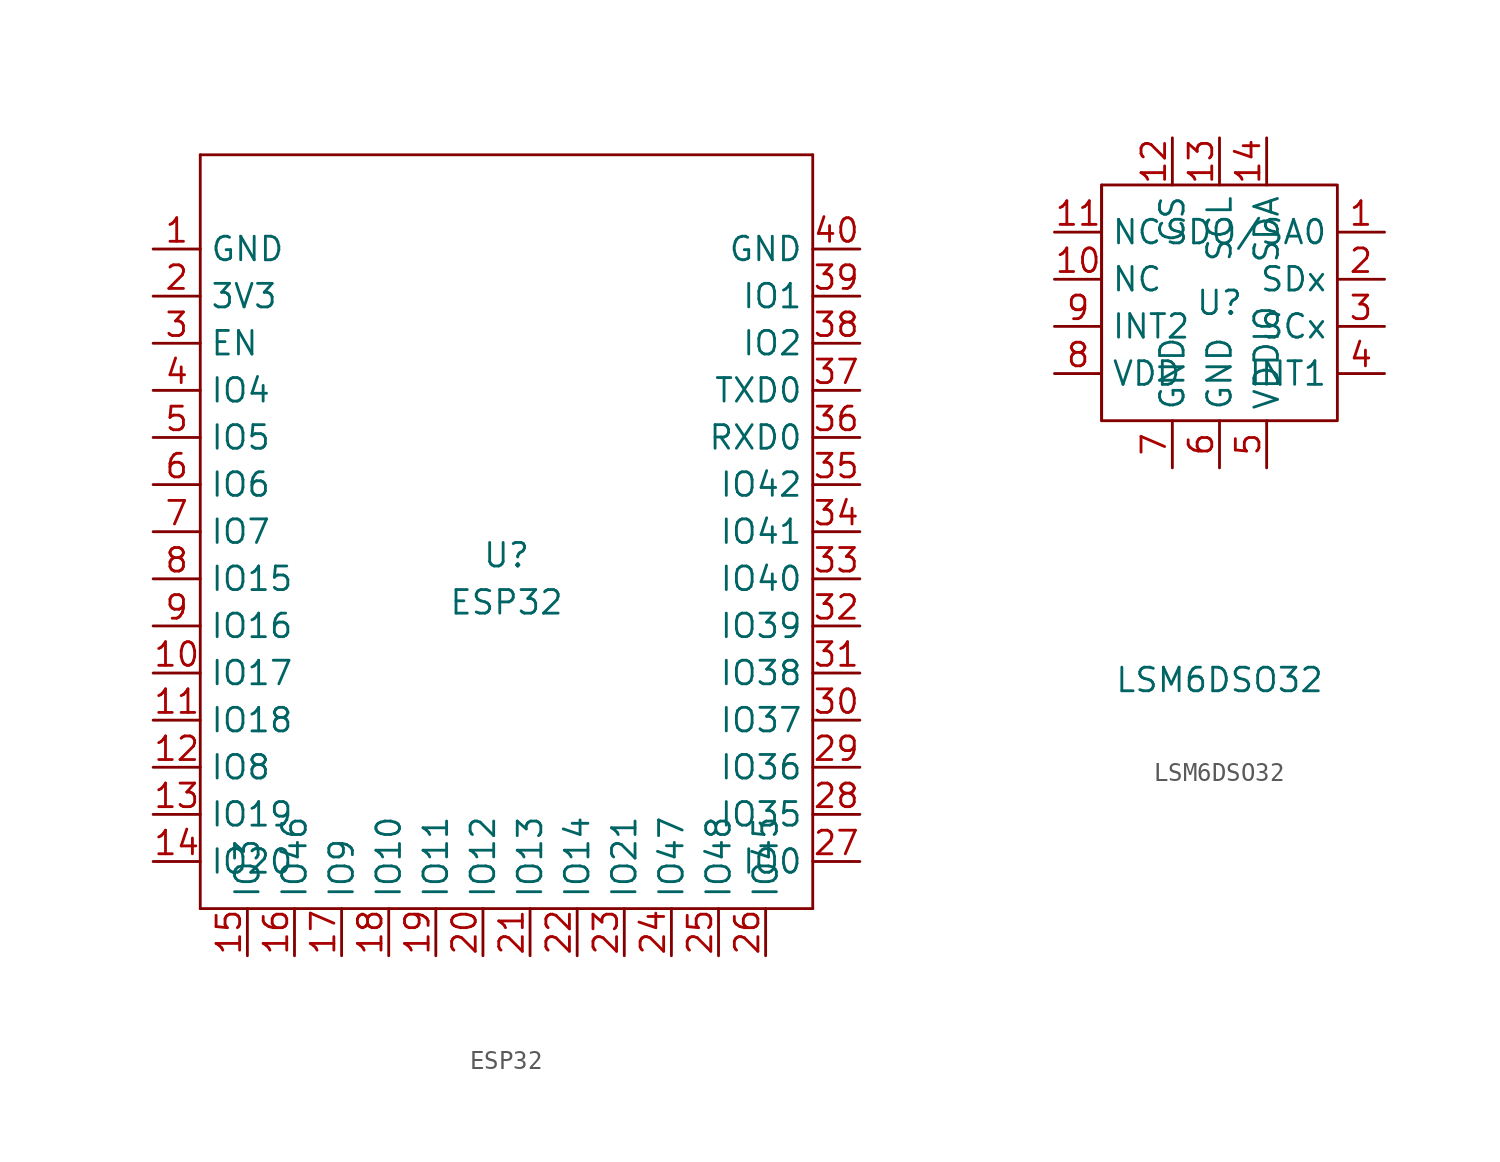
<source format=kicad_sym>
(kicad_symbol_lib
  (version 20211014)
  (generator kicad_symbol_editor)
  (symbol "ESP32"
    (property "Reference" "U"
      (at 0 0 0)
      (effects (font (size 1.27 1.27))))
    (property "Value" "ESP32"
      (at 0 -2.54 0)
      (effects (font (size 1.27 1.27))))
    (symbol "ESP32_0_1"
      (rectangle (start -16.51 -19.05) (end -16.51 21.59) (stroke (width 0) (type default) (color 0 0 0 0)) (fill (type none)))
      (rectangle (start -16.51 -19.05) (end 16.51 -19.05) (stroke (width 0) (type default) (color 0 0 0 0)) (fill (type none)))
      (rectangle (start -16.51 21.59) (end 16.51 21.59) (stroke (width 0) (type default) (color 0 0 0 0)) (fill (type none)))
      (rectangle (start 16.51 21.59) (end 16.51 -19.05) (stroke (width 0) (type default) (color 0 0 0 0)) (fill (type none))))
    (symbol "ESP32_1_1"
      (pin power_in line (at -19.05 16.51 0) (length 2.54) (name "GND" (effects (font (size 1.27 1.27)))) (number "1" (effects (font (size 1.27 1.27)))))
      (pin bidirectional line (at -19.05 -6.35 0) (length 2.54) (name "IO17" (effects (font (size 1.27 1.27)))) (number "10" (effects (font (size 1.27 1.27)))))
      (pin bidirectional line (at -19.05 -8.89 0) (length 2.54) (name "IO18" (effects (font (size 1.27 1.27)))) (number "11" (effects (font (size 1.27 1.27)))))
      (pin bidirectional line (at -19.05 -11.43 0) (length 2.54) (name "IO8" (effects (font (size 1.27 1.27)))) (number "12" (effects (font (size 1.27 1.27)))))
      (pin bidirectional line (at -19.05 -13.97 0) (length 2.54) (name "IO19" (effects (font (size 1.27 1.27)))) (number "13" (effects (font (size 1.27 1.27)))))
      (pin bidirectional line (at -19.05 -16.51 0) (length 2.54) (name "IO20" (effects (font (size 1.27 1.27)))) (number "14" (effects (font (size 1.27 1.27)))))
      (pin bidirectional line (at -13.97 -21.59 90) (length 2.54) (name "IO3" (effects (font (size 1.27 1.27)))) (number "15" (effects (font (size 1.27 1.27)))))
      (pin bidirectional line (at -11.43 -21.59 90) (length 2.54) (name "IO46" (effects (font (size 1.27 1.27)))) (number "16" (effects (font (size 1.27 1.27)))))
      (pin bidirectional line (at -8.89 -21.59 90) (length 2.54) (name "IO9" (effects (font (size 1.27 1.27)))) (number "17" (effects (font (size 1.27 1.27)))))
      (pin bidirectional line (at -6.35 -21.59 90) (length 2.54) (name "IO10" (effects (font (size 1.27 1.27)))) (number "18" (effects (font (size 1.27 1.27)))))
      (pin bidirectional line (at -3.81 -21.59 90) (length 2.54) (name "IO11" (effects (font (size 1.27 1.27)))) (number "19" (effects (font (size 1.27 1.27)))))
      (pin power_in line (at -19.05 13.97 0) (length 2.54) (name "3V3" (effects (font (size 1.27 1.27)))) (number "2" (effects (font (size 1.27 1.27)))))
      (pin bidirectional line (at -1.27 -21.59 90) (length 2.54) (name "IO12" (effects (font (size 1.27 1.27)))) (number "20" (effects (font (size 1.27 1.27)))))
      (pin bidirectional line (at 1.27 -21.59 90) (length 2.54) (name "IO13" (effects (font (size 1.27 1.27)))) (number "21" (effects (font (size 1.27 1.27)))))
      (pin bidirectional line (at 3.81 -21.59 90) (length 2.54) (name "IO14" (effects (font (size 1.27 1.27)))) (number "22" (effects (font (size 1.27 1.27)))))
      (pin bidirectional line (at 6.35 -21.59 90) (length 2.54) (name "IO21" (effects (font (size 1.27 1.27)))) (number "23" (effects (font (size 1.27 1.27)))))
      (pin bidirectional line (at 8.89 -21.59 90) (length 2.54) (name "IO47" (effects (font (size 1.27 1.27)))) (number "24" (effects (font (size 1.27 1.27)))))
      (pin bidirectional line (at 11.43 -21.59 90) (length 2.54) (name "IO48" (effects (font (size 1.27 1.27)))) (number "25" (effects (font (size 1.27 1.27)))))
      (pin bidirectional line (at 13.97 -21.59 90) (length 2.54) (name "IO45" (effects (font (size 1.27 1.27)))) (number "26" (effects (font (size 1.27 1.27)))))
      (pin bidirectional line (at 19.05 -16.51 180) (length 2.54) (name "IO0" (effects (font (size 1.27 1.27)))) (number "27" (effects (font (size 1.27 1.27)))))
      (pin bidirectional line (at 19.05 -13.97 180) (length 2.54) (name "IO35" (effects (font (size 1.27 1.27)))) (number "28" (effects (font (size 1.27 1.27)))))
      (pin bidirectional line (at 19.05 -11.43 180) (length 2.54) (name "IO36" (effects (font (size 1.27 1.27)))) (number "29" (effects (font (size 1.27 1.27)))))
      (pin input line (at -19.05 11.43 0) (length 2.54) (name "EN" (effects (font (size 1.27 1.27)))) (number "3" (effects (font (size 1.27 1.27)))))
      (pin bidirectional line (at 19.05 -8.89 180) (length 2.54) (name "IO37" (effects (font (size 1.27 1.27)))) (number "30" (effects (font (size 1.27 1.27)))))
      (pin bidirectional line (at 19.05 -6.35 180) (length 2.54) (name "IO38" (effects (font (size 1.27 1.27)))) (number "31" (effects (font (size 1.27 1.27)))))
      (pin bidirectional line (at 19.05 -3.81 180) (length 2.54) (name "IO39" (effects (font (size 1.27 1.27)))) (number "32" (effects (font (size 1.27 1.27)))))
      (pin bidirectional line (at 19.05 -1.27 180) (length 2.54) (name "IO40" (effects (font (size 1.27 1.27)))) (number "33" (effects (font (size 1.27 1.27)))))
      (pin bidirectional line (at 19.05 1.27 180) (length 2.54) (name "IO41" (effects (font (size 1.27 1.27)))) (number "34" (effects (font (size 1.27 1.27)))))
      (pin bidirectional line (at 19.05 3.81 180) (length 2.54) (name "IO42" (effects (font (size 1.27 1.27)))) (number "35" (effects (font (size 1.27 1.27)))))
      (pin input line (at 19.05 6.35 180) (length 2.54) (name "RXD0" (effects (font (size 1.27 1.27)))) (number "36" (effects (font (size 1.27 1.27)))))
      (pin output line (at 19.05 8.89 180) (length 2.54) (name "TXD0" (effects (font (size 1.27 1.27)))) (number "37" (effects (font (size 1.27 1.27)))))
      (pin bidirectional line (at 19.05 11.43 180) (length 2.54) (name "IO2" (effects (font (size 1.27 1.27)))) (number "38" (effects (font (size 1.27 1.27)))))
      (pin bidirectional line (at 19.05 13.97 180) (length 2.54) (name "IO1" (effects (font (size 1.27 1.27)))) (number "39" (effects (font (size 1.27 1.27)))))
      (pin bidirectional line (at -19.05 8.89 0) (length 2.54) (name "IO4" (effects (font (size 1.27 1.27)))) (number "4" (effects (font (size 1.27 1.27)))))
      (pin power_in line (at 19.05 16.51 180) (length 2.54) (name "GND" (effects (font (size 1.27 1.27)))) (number "40" (effects (font (size 1.27 1.27)))))
      (pin bidirectional line (at -19.05 6.35 0) (length 2.54) (name "IO5" (effects (font (size 1.27 1.27)))) (number "5" (effects (font (size 1.27 1.27)))))
      (pin bidirectional line (at -19.05 3.81 0) (length 2.54) (name "IO6" (effects (font (size 1.27 1.27)))) (number "6" (effects (font (size 1.27 1.27)))))
      (pin bidirectional line (at -19.05 1.27 0) (length 2.54) (name "IO7" (effects (font (size 1.27 1.27)))) (number "7" (effects (font (size 1.27 1.27)))))
      (pin bidirectional line (at -19.05 -1.27 0) (length 2.54) (name "IO15" (effects (font (size 1.27 1.27)))) (number "8" (effects (font (size 1.27 1.27)))))
      (pin bidirectional line (at -19.05 -3.81 0) (length 2.54) (name "IO16" (effects (font (size 1.27 1.27)))) (number "9" (effects (font (size 1.27 1.27)))))))
  (symbol "LSM6DSO32"
    (property "Reference" "U"
      (at 0 0 0)
      (effects (font (size 1.27 1.27))))
    (property "Value" "LSM6DSO32"
      (at 0 -20.32 0)
      (effects (font (size 1.27 1.27))))
    (symbol "LSM6DSO32_0_1"
      (rectangle (start -6.35 -6.35) (end 6.35 6.35) (stroke (width 0) (type default) (color 0 0 0 0)) (fill (type none)))
      (rectangle (start -6.35 6.35) (end -6.35 -6.35) (stroke (width 0) (type default) (color 0 0 0 0)) (fill (type none))))
    (symbol "LSM6DSO32_1_1"
      (pin input line (at 8.89 3.81 180) (length 2.54) (name "SDO/SA0" (effects (font (size 1.27 1.27)))) (number "1" (effects (font (size 1.27 1.27)))))
      (pin input line (at -8.89 1.27 0) (length 2.54) (name "NC" (effects (font (size 1.27 1.27)))) (number "10" (effects (font (size 1.27 1.27)))))
      (pin input line (at -8.89 3.81 0) (length 2.54) (name "NC" (effects (font (size 1.27 1.27)))) (number "11" (effects (font (size 1.27 1.27)))))
      (pin input line (at -2.54 8.89 270) (length 2.54) (name "CS" (effects (font (size 1.27 1.27)))) (number "12" (effects (font (size 1.27 1.27)))))
      (pin input line (at 0 8.89 270) (length 2.54) (name "SCL" (effects (font (size 1.27 1.27)))) (number "13" (effects (font (size 1.27 1.27)))))
      (pin output line (at 2.54 8.89 270) (length 2.54) (name "SDA" (effects (font (size 1.27 1.27)))) (number "14" (effects (font (size 1.27 1.27)))))
      (pin input line (at 8.89 1.27 180) (length 2.54) (name "SDx" (effects (font (size 1.27 1.27)))) (number "2" (effects (font (size 1.27 1.27)))))
      (pin input line (at 8.89 -1.27 180) (length 2.54) (name "SCx" (effects (font (size 1.27 1.27)))) (number "3" (effects (font (size 1.27 1.27)))))
      (pin input line (at 8.89 -3.81 180) (length 2.54) (name "INT1" (effects (font (size 1.27 1.27)))) (number "4" (effects (font (size 1.27 1.27)))))
      (pin power_in line (at 2.54 -8.89 90) (length 2.54) (name "VDDIO" (effects (font (size 1.27 1.27)))) (number "5" (effects (font (size 1.27 1.27)))))
      (pin power_in line (at 0 -8.89 90) (length 2.54) (name "GND" (effects (font (size 1.27 1.27)))) (number "6" (effects (font (size 1.27 1.27)))))
      (pin power_in line (at -2.54 -8.89 90) (length 2.54) (name "GND" (effects (font (size 1.27 1.27)))) (number "7" (effects (font (size 1.27 1.27)))))
      (pin power_in line (at -8.89 -3.81 0) (length 2.54) (name "VDD" (effects (font (size 1.27 1.27)))) (number "8" (effects (font (size 1.27 1.27)))))
      (pin input line (at -8.89 -1.27 0) (length 2.54) (name "INT2" (effects (font (size 1.27 1.27)))) (number "9" (effects (font (size 1.27 1.27))))))))
</source>
